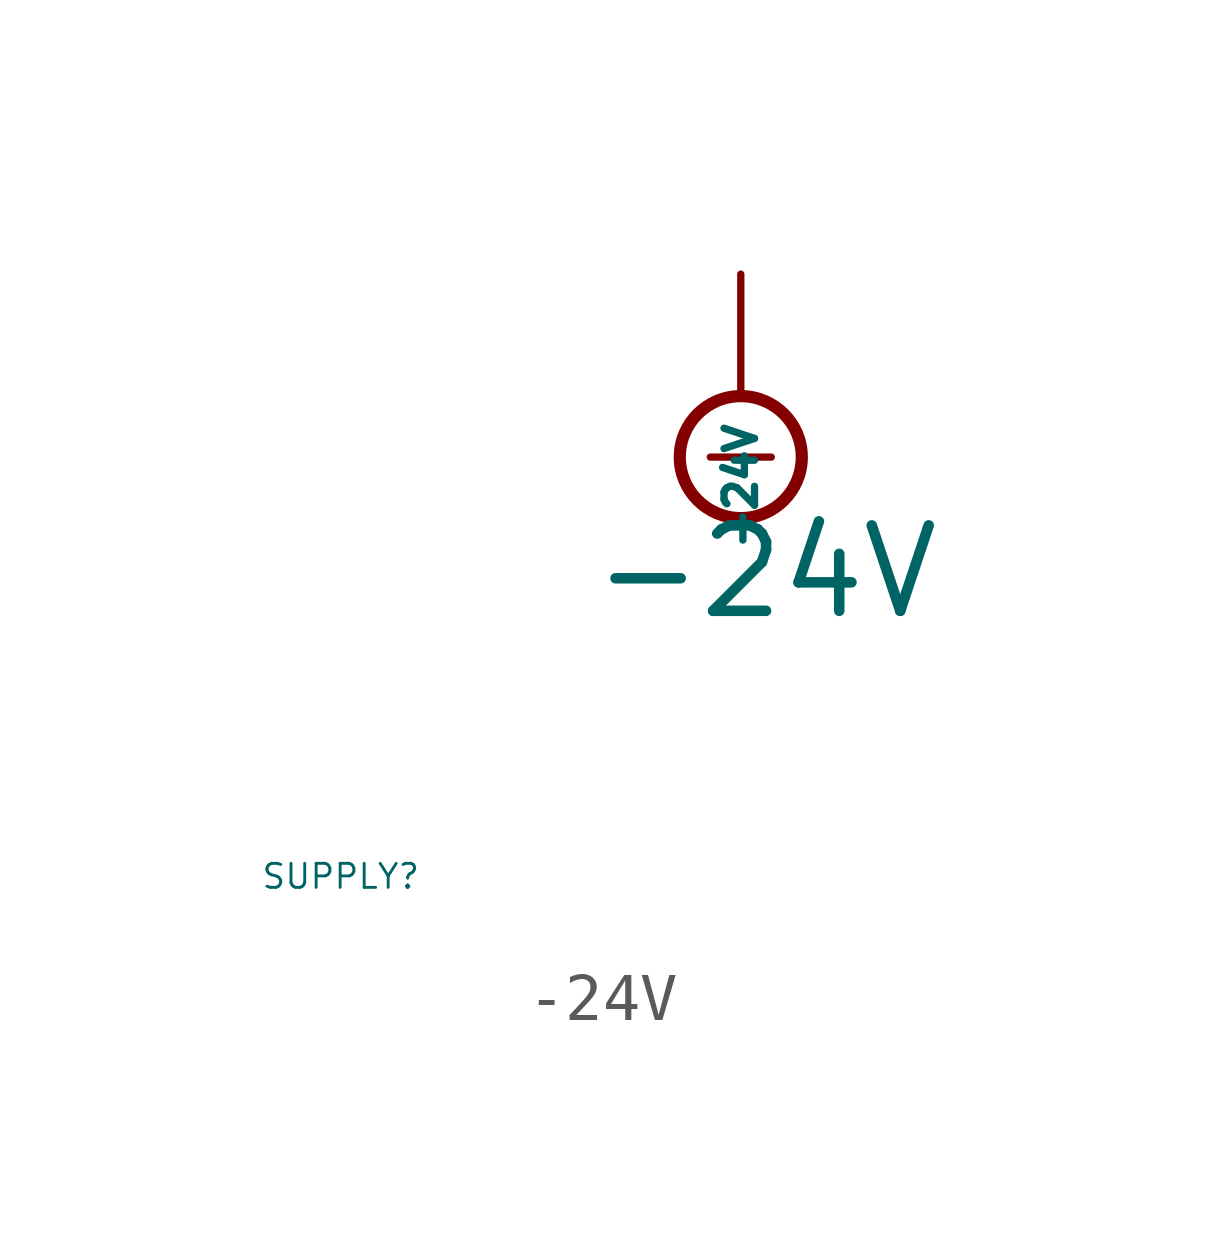
<source format=kicad_sym>
(kicad_symbol_lib
  (version 20220914)
  (generator Eagle2Kicad)
  (symbol "-24V"
    (property "Reference" "SUPPLY"
      (at -10 -10 0)
      (effects (font (size 0.5 0.5) (thickness 0.06)) (justify left)))
    (property "Value" "-24V"
      (at -3.175 -4.699 0)
      (effects (font (size 1.778 1.778) (thickness 0.22)) (justify left bottom)))
    (polyline
      (pts (xy -0.635 -1.27) (xy 0.635 -1.27))
      (stroke (width 0.152) (type default))
      (fill (type none)))
    (circle
      (center 0 -1.27)
      (radius 1.27)
      (stroke (width 0.254) (type default))
      (fill (type none)))
    (pin unspecified line
      (at 0 2.54 270)
      (length 2.54)
      (name "-24V" (effects (font (size 0.635 0.635) (thickness 0.08)) (justify left bottom)))
      (number "" (effects (font (size 0.635 0.635) (thickness 0.08)) (justify left bottom))))))
</source>
